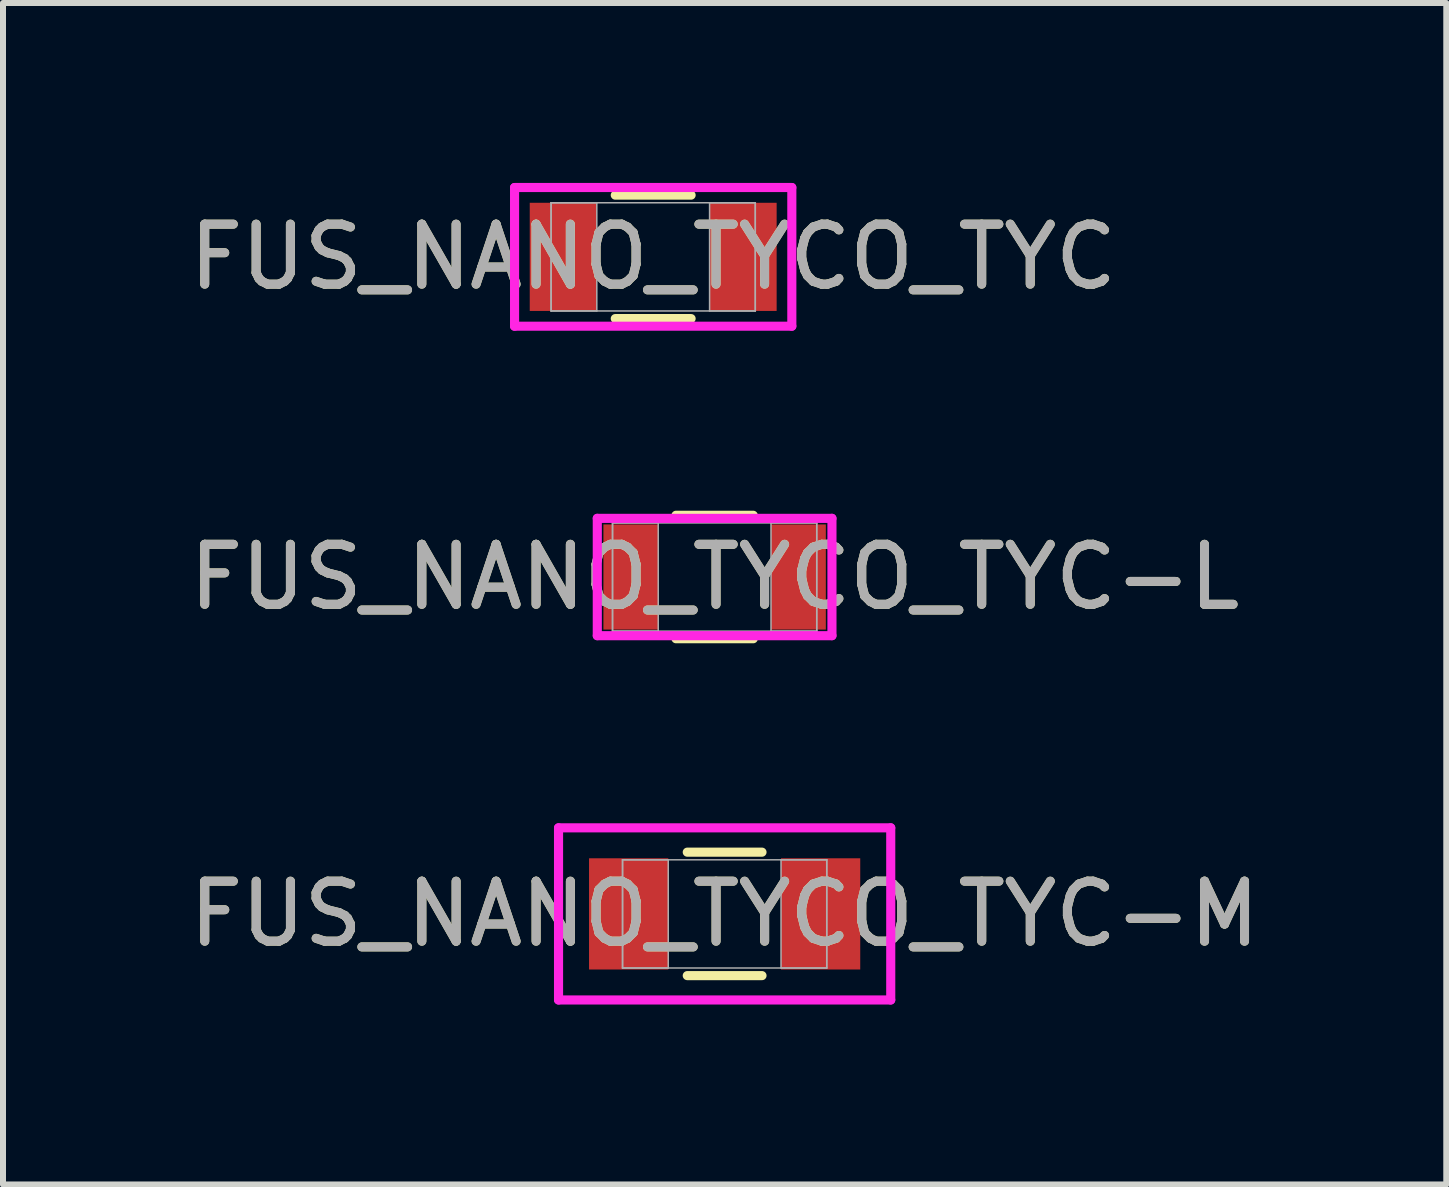
<source format=kicad_pcb>
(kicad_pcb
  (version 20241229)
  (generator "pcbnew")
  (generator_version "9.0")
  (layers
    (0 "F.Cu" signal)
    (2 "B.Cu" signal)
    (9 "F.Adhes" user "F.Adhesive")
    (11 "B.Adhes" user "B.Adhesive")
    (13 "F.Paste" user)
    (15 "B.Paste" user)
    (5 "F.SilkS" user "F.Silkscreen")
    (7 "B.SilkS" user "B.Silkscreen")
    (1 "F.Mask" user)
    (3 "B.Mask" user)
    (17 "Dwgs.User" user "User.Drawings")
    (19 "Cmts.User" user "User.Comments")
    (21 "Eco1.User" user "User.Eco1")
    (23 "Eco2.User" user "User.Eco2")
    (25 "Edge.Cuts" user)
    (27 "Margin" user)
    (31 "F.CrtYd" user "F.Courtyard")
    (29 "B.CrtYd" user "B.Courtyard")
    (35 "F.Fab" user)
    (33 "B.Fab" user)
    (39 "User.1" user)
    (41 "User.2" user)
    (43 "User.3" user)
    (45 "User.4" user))
  (footprint "FUS_NANO_TYCO_TYC-L"
    (layer "F.Cu")
    (at 8.863 6.569)
    (property "Reference" "FUS_NANO_TYCO_TYC-L" (at 0 0 0) (unlocked yes) (layer "F.SilkS") (effects (font (size 1 1) (thickness 0.15))))
    (attr smd)
    (fp_line (start -0.644 1.029) (end 0.644 1.029) (stroke (width 0.152) (type solid)) (layer "F.SilkS"))
    (fp_line (start 0.644 -1.029) (end -0.644 -1.029) (stroke (width 0.152) (type solid)) (layer "F.SilkS"))
    (fp_line (start -1.956 -0.978) (end 1.956 -0.978) (stroke (width 0.152) (type solid)) (layer "F.CrtYd"))
    (fp_line (start -1.956 0.978) (end -1.956 -0.978) (stroke (width 0.152) (type solid)) (layer "F.CrtYd"))
    (fp_line (start 1.956 -0.978) (end 1.956 0.978) (stroke (width 0.152) (type solid)) (layer "F.CrtYd"))
    (fp_line (start 1.956 0.978) (end -1.956 0.978) (stroke (width 0.152) (type solid)) (layer "F.CrtYd"))
    (fp_line (start -1.702 -0.902) (end -1.702 0.902) (stroke (width 0.025) (type solid)) (layer "F.Fab"))
    (fp_line (start -1.702 -0.902) (end -1.702 0.902) (stroke (width 0.025) (type solid)) (layer "F.Fab"))
    (fp_line (start -1.702 0.902) (end -0.94 0.902) (stroke (width 0.025) (type solid)) (layer "F.Fab"))
    (fp_line (start -1.702 0.902) (end 1.702 0.902) (stroke (width 0.025) (type solid)) (layer "F.Fab"))
    (fp_line (start -0.94 -0.902) (end -1.702 -0.902) (stroke (width 0.025) (type solid)) (layer "F.Fab"))
    (fp_line (start -0.94 0.902) (end -0.94 -0.902) (stroke (width 0.025) (type solid)) (layer "F.Fab"))
    (fp_line (start 0.94 -0.902) (end 0.94 0.902) (stroke (width 0.025) (type solid)) (layer "F.Fab"))
    (fp_line (start 0.94 0.902) (end 1.702 0.902) (stroke (width 0.025) (type solid)) (layer "F.Fab"))
    (fp_line (start 1.702 -0.902) (end -1.702 -0.902) (stroke (width 0.025) (type solid)) (layer "F.Fab"))
    (fp_line (start 1.702 -0.902) (end 0.94 -0.902) (stroke (width 0.025) (type solid)) (layer "F.Fab"))
    (fp_line (start 1.702 0.902) (end 1.702 -0.902) (stroke (width 0.025) (type solid)) (layer "F.Fab"))
    (fp_line (start 1.702 0.902) (end 1.702 -0.902) (stroke (width 0.025) (type solid)) (layer "F.Fab"))
    (fp_text user "${REFERENCE}" (at 0 0 0) (unlocked yes) (layer "F.Fab") (effects (font (size 1 1) (thickness 0.15))))
    (pad "1" smd rect (at -1.397 0) (size 0.914 1.753) (layers "F.Cu" "F.Mask" "F.Paste"))
    (pad "2" smd rect (at 1.397 0) (size 0.914 1.753) (layers "F.Cu" "F.Mask" "F.Paste"))
    (zone (net_name "") (layer "F.Cu") (hatch full 0.508) (connect_pads) (min_thickness 0.254) (filled_areas_thickness no) (keepout (tracks not_allowed) (vias not_allowed) (pads allowed) (copperpour not_allowed) (footprints allowed)) (placement (enabled no)) (fill) (polygon (pts (xy 7.974 5.718) (xy 9.752 5.718) (xy 9.752 7.42) (xy 7.974 7.42)))))
  (footprint "FUS_NANO_TYCO_TYC"
    (layer "F.Cu")
    (at 7.839 1.232)
    (property "Reference" "FUS_NANO_TYCO_TYC" (at 0 0 0) (unlocked yes) (layer "F.SilkS") (effects (font (size 1 1) (thickness 0.15))))
    (attr smd)
    (fp_line (start -0.632 1.029) (end 0.632 1.029) (stroke (width 0.152) (type solid)) (layer "F.SilkS"))
    (fp_line (start 0.632 -1.029) (end -0.632 -1.029) (stroke (width 0.152) (type solid)) (layer "F.SilkS"))
    (fp_line (start -2.311 -1.156) (end 2.311 -1.156) (stroke (width 0.152) (type solid)) (layer "F.CrtYd"))
    (fp_line (start -2.311 1.156) (end -2.311 -1.156) (stroke (width 0.152) (type solid)) (layer "F.CrtYd"))
    (fp_line (start 2.311 -1.156) (end 2.311 1.156) (stroke (width 0.152) (type solid)) (layer "F.CrtYd"))
    (fp_line (start 2.311 1.156) (end -2.311 1.156) (stroke (width 0.152) (type solid)) (layer "F.CrtYd"))
    (fp_line (start -1.702 -0.902) (end -1.702 0.902) (stroke (width 0.025) (type solid)) (layer "F.Fab"))
    (fp_line (start -1.702 -0.902) (end -1.702 0.902) (stroke (width 0.025) (type solid)) (layer "F.Fab"))
    (fp_line (start -1.702 0.902) (end -0.94 0.902) (stroke (width 0.025) (type solid)) (layer "F.Fab"))
    (fp_line (start -1.702 0.902) (end 1.702 0.902) (stroke (width 0.025) (type solid)) (layer "F.Fab"))
    (fp_line (start -0.94 -0.902) (end -1.702 -0.902) (stroke (width 0.025) (type solid)) (layer "F.Fab"))
    (fp_line (start -0.94 0.902) (end -0.94 -0.902) (stroke (width 0.025) (type solid)) (layer "F.Fab"))
    (fp_line (start 0.94 -0.902) (end 0.94 0.902) (stroke (width 0.025) (type solid)) (layer "F.Fab"))
    (fp_line (start 0.94 0.902) (end 1.702 0.902) (stroke (width 0.025) (type solid)) (layer "F.Fab"))
    (fp_line (start 1.702 -0.902) (end -1.702 -0.902) (stroke (width 0.025) (type solid)) (layer "F.Fab"))
    (fp_line (start 1.702 -0.902) (end 0.94 -0.902) (stroke (width 0.025) (type solid)) (layer "F.Fab"))
    (fp_line (start 1.702 0.902) (end 1.702 -0.902) (stroke (width 0.025) (type solid)) (layer "F.Fab"))
    (fp_line (start 1.702 0.902) (end 1.702 -0.902) (stroke (width 0.025) (type solid)) (layer "F.Fab"))
    (fp_text user "${REFERENCE}" (at 0 0 0) (unlocked yes) (layer "F.Fab") (effects (font (size 1 1) (thickness 0.15))))
    (pad "1" smd rect (at -1.499 0) (size 1.118 1.803) (layers "F.Cu" "F.Mask" "F.Paste"))
    (pad "2" smd rect (at 1.499 0) (size 1.118 1.803) (layers "F.Cu" "F.Mask" "F.Paste")))
  (footprint "FUS_NANO_TYCO_TYC-M"
    (layer "F.Cu")
    (at 9.03 12.185)
    (property "Reference" "FUS_NANO_TYCO_TYC-M" (at 0 0 0) (unlocked yes) (layer "F.SilkS") (effects (font (size 1 1) (thickness 0.15))))
    (attr smd)
    (fp_line (start -0.623 1.029) (end 0.623 1.029) (stroke (width 0.152) (type solid)) (layer "F.SilkS"))
    (fp_line (start 0.623 -1.029) (end -0.623 -1.029) (stroke (width 0.152) (type solid)) (layer "F.SilkS"))
    (fp_line (start -2.769 -1.435) (end 2.769 -1.435) (stroke (width 0.152) (type solid)) (layer "F.CrtYd"))
    (fp_line (start -2.769 1.435) (end -2.769 -1.435) (stroke (width 0.152) (type solid)) (layer "F.CrtYd"))
    (fp_line (start 2.769 -1.435) (end 2.769 1.435) (stroke (width 0.152) (type solid)) (layer "F.CrtYd"))
    (fp_line (start 2.769 1.435) (end -2.769 1.435) (stroke (width 0.152) (type solid)) (layer "F.CrtYd"))
    (fp_line (start -1.702 -0.902) (end -1.702 0.902) (stroke (width 0.025) (type solid)) (layer "F.Fab"))
    (fp_line (start -1.702 -0.902) (end -1.702 0.902) (stroke (width 0.025) (type solid)) (layer "F.Fab"))
    (fp_line (start -1.702 0.902) (end -0.94 0.902) (stroke (width 0.025) (type solid)) (layer "F.Fab"))
    (fp_line (start -1.702 0.902) (end 1.702 0.902) (stroke (width 0.025) (type solid)) (layer "F.Fab"))
    (fp_line (start -0.94 -0.902) (end -1.702 -0.902) (stroke (width 0.025) (type solid)) (layer "F.Fab"))
    (fp_line (start -0.94 0.902) (end -0.94 -0.902) (stroke (width 0.025) (type solid)) (layer "F.Fab"))
    (fp_line (start 0.94 -0.902) (end 0.94 0.902) (stroke (width 0.025) (type solid)) (layer "F.Fab"))
    (fp_line (start 0.94 0.902) (end 1.702 0.902) (stroke (width 0.025) (type solid)) (layer "F.Fab"))
    (fp_line (start 1.702 -0.902) (end -1.702 -0.902) (stroke (width 0.025) (type solid)) (layer "F.Fab"))
    (fp_line (start 1.702 -0.902) (end 0.94 -0.902) (stroke (width 0.025) (type solid)) (layer "F.Fab"))
    (fp_line (start 1.702 0.902) (end 1.702 -0.902) (stroke (width 0.025) (type solid)) (layer "F.Fab"))
    (fp_line (start 1.702 0.902) (end 1.702 -0.902) (stroke (width 0.025) (type solid)) (layer "F.Fab"))
    (fp_text user "${REFERENCE}" (at 0 0 0) (unlocked yes) (layer "F.Fab") (effects (font (size 1 1) (thickness 0.15))))
    (pad "1" smd rect (at -1.6 0) (size 1.321 1.854) (layers "F.Cu" "F.Mask" "F.Paste"))
    (pad "2" smd rect (at 1.6 0) (size 1.321 1.854) (layers "F.Cu" "F.Mask" "F.Paste"))
    (zone (net_name "") (layer "F.Cu") (hatch full 0.508) (connect_pads) (min_thickness 0.254) (filled_areas_thickness no) (keepout (tracks not_allowed) (vias not_allowed) (pads allowed) (copperpour not_allowed) (footprints allowed)) (placement (enabled no)) (fill) (polygon (pts (xy 8.141 11.334) (xy 9.919 11.334) (xy 9.919 13.036) (xy 8.141 13.036)))))
  (gr_rect
    (start -3 -3)
    (end 21.06 16.696)
    (stroke (width 0.1) (type default))
    (fill no)
    (layer "Edge.Cuts")))
</source>
